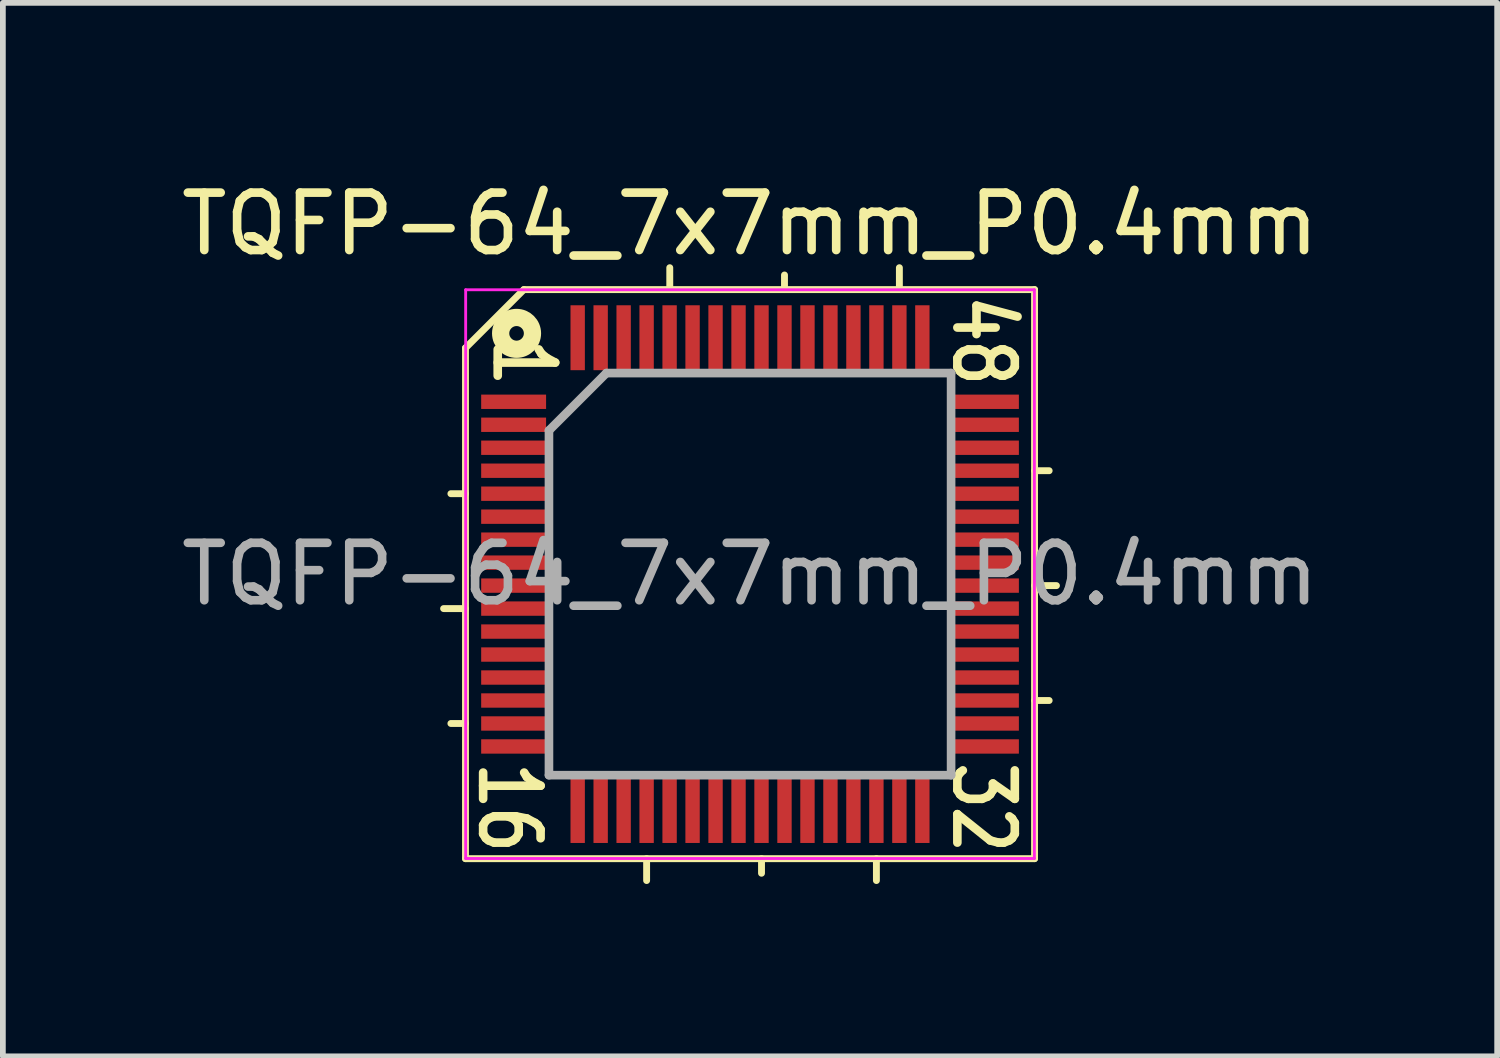
<source format=kicad_pcb>
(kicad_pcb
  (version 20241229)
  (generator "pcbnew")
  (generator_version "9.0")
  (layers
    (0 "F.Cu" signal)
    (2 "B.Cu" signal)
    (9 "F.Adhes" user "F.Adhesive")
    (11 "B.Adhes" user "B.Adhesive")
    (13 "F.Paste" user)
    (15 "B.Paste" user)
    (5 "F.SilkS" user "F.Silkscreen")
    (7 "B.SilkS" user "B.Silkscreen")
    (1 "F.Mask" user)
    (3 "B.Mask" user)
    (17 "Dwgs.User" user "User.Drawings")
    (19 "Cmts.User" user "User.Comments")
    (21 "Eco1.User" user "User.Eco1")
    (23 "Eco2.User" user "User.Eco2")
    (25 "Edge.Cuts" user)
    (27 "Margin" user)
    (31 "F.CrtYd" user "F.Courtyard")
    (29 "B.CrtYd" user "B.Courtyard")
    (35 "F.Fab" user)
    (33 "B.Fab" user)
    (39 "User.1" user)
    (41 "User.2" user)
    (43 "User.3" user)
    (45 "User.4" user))
  (footprint "TQFP-64_7x7mm_P0.4mm"
    (layer "F.Cu")
    (at 10.006 6.944)
    (property "Reference" "TQFP-64_7x7mm_P0.4mm" (at 0 -6.096 0) (layer "F.SilkS") (effects (font (size 1 1) (thickness 0.15))))
    (attr smd)
    (fp_line (start -4.953 -3.937) (end -4.953 4.953) (stroke (width 0.12) (type solid)) (layer "F.SilkS"))
    (fp_line (start -4.953 -1.4) (end -5.207 -1.4) (stroke (width 0.12) (type solid)) (layer "F.SilkS"))
    (fp_line (start -4.953 0.6) (end -5.334 0.6) (stroke (width 0.12) (type solid)) (layer "F.SilkS"))
    (fp_line (start -4.953 2.6) (end -5.207 2.6) (stroke (width 0.12) (type solid)) (layer "F.SilkS"))
    (fp_line (start -4.953 4.953) (end 4.953 4.953) (stroke (width 0.12) (type solid)) (layer "F.SilkS"))
    (fp_line (start -3.937 -4.953) (end -4.953 -3.937) (stroke (width 0.12) (type solid)) (layer "F.SilkS"))
    (fp_line (start -1.8 5.334) (end -1.8 4.953) (stroke (width 0.12) (type solid)) (layer "F.SilkS"))
    (fp_line (start -1.397 -4.953) (end -1.397 -5.334) (stroke (width 0.12) (type solid)) (layer "F.SilkS"))
    (fp_line (start 0.2 4.953) (end 0.2 5.207) (stroke (width 0.12) (type solid)) (layer "F.SilkS"))
    (fp_line (start 0.6 -4.953) (end 0.6 -5.207) (stroke (width 0.12) (type solid)) (layer "F.SilkS"))
    (fp_line (start 2.2 4.953) (end 2.2 5.334) (stroke (width 0.12) (type solid)) (layer "F.SilkS"))
    (fp_line (start 2.6 -4.953) (end 2.6 -5.334) (stroke (width 0.12) (type solid)) (layer "F.SilkS"))
    (fp_line (start 4.953 -4.953) (end -3.937 -4.953) (stroke (width 0.12) (type solid)) (layer "F.SilkS"))
    (fp_line (start 4.953 -1.8) (end 5.207 -1.8) (stroke (width 0.12) (type solid)) (layer "F.SilkS"))
    (fp_line (start 4.953 0.2) (end 5.334 0.2) (stroke (width 0.12) (type solid)) (layer "F.SilkS"))
    (fp_line (start 4.953 2.2) (end 5.207 2.2) (stroke (width 0.12) (type solid)) (layer "F.SilkS"))
    (fp_line (start 4.953 4.953) (end 4.953 -4.953) (stroke (width 0.12) (type solid)) (layer "F.SilkS"))
    (fp_circle (center -4.064 -4.191) (end -3.937 -4.191) (stroke (width 0.3) (type solid)) (fill no) (layer "F.SilkS"))
    (fp_line (start -4.95 -4.95) (end -4.95 4.95) (stroke (width 0.05) (type solid)) (layer "F.CrtYd"))
    (fp_line (start -4.95 -4.95) (end 4.95 -4.95) (stroke (width 0.05) (type solid)) (layer "F.CrtYd"))
    (fp_line (start -4.95 4.95) (end 4.95 4.95) (stroke (width 0.05) (type solid)) (layer "F.CrtYd"))
    (fp_line (start 4.95 -4.95) (end 4.95 4.95) (stroke (width 0.05) (type solid)) (layer "F.CrtYd"))
    (fp_line (start -3.5 -2.5) (end -2.5 -3.5) (stroke (width 0.15) (type solid)) (layer "F.Fab"))
    (fp_line (start -3.5 3.5) (end -3.5 -2.5) (stroke (width 0.15) (type solid)) (layer "F.Fab"))
    (fp_line (start -2.5 -3.5) (end 3.5 -3.5) (stroke (width 0.15) (type solid)) (layer "F.Fab"))
    (fp_line (start 3.5 -3.5) (end 3.5 3.5) (stroke (width 0.15) (type solid)) (layer "F.Fab"))
    (fp_line (start 3.5 3.5) (end -3.5 3.5) (stroke (width 0.15) (type solid)) (layer "F.Fab"))
    (fp_text user "1" (at -3.937 -3.683 270) (unlocked yes) (layer "F.SilkS") (effects (font (size 1 0.8) (thickness 0.15))))
    (fp_text user "16" (at -4.191 4.064 270) (unlocked yes) (layer "F.SilkS") (effects (font (size 1 0.8) (thickness 0.15))))
    (fp_text user "48" (at 4.064 -4.064 270) (unlocked yes) (layer "F.SilkS") (effects (font (size 1 0.8) (thickness 0.15))))
    (fp_text user "32" (at 4.064 4.064 270) (unlocked yes) (layer "F.SilkS") (effects (font (size 1 0.8) (thickness 0.15))))
    (fp_text user "${REFERENCE}" (at 0 0 0) (layer "F.Fab") (effects (font (size 1 1) (thickness 0.15))))
    (pad "1" smd rect (at -4.115 -3) (size 1.13 0.25) (layers "F.Cu" "F.Mask" "F.Paste"))
    (pad "2" smd rect (at -4.115 -2.6) (size 1.13 0.25) (layers "F.Cu" "F.Mask" "F.Paste"))
    (pad "3" smd rect (at -4.115 -2.2) (size 1.13 0.25) (layers "F.Cu" "F.Mask" "F.Paste"))
    (pad "4" smd rect (at -4.115 -1.8) (size 1.13 0.25) (layers "F.Cu" "F.Mask" "F.Paste"))
    (pad "5" smd rect (at -4.115 -1.4) (size 1.13 0.25) (layers "F.Cu" "F.Mask" "F.Paste"))
    (pad "6" smd rect (at -4.115 -1) (size 1.13 0.25) (layers "F.Cu" "F.Mask" "F.Paste"))
    (pad "7" smd rect (at -4.115 -0.6) (size 1.13 0.25) (layers "F.Cu" "F.Mask" "F.Paste"))
    (pad "8" smd rect (at -4.115 -0.2) (size 1.13 0.25) (layers "F.Cu" "F.Mask" "F.Paste"))
    (pad "9" smd rect (at -4.115 0.2) (size 1.13 0.25) (layers "F.Cu" "F.Mask" "F.Paste"))
    (pad "10" smd rect (at -4.115 0.6) (size 1.13 0.25) (layers "F.Cu" "F.Mask" "F.Paste"))
    (pad "11" smd rect (at -4.115 1) (size 1.13 0.25) (layers "F.Cu" "F.Mask" "F.Paste"))
    (pad "12" smd rect (at -4.115 1.4) (size 1.13 0.25) (layers "F.Cu" "F.Mask" "F.Paste"))
    (pad "13" smd rect (at -4.115 1.8) (size 1.13 0.25) (layers "F.Cu" "F.Mask" "F.Paste"))
    (pad "14" smd rect (at -4.115 2.2) (size 1.13 0.25) (layers "F.Cu" "F.Mask" "F.Paste"))
    (pad "15" smd rect (at -4.115 2.6) (size 1.13 0.25) (layers "F.Cu" "F.Mask" "F.Paste"))
    (pad "16" smd rect (at -4.115 3) (size 1.13 0.25) (layers "F.Cu" "F.Mask" "F.Paste"))
    (pad "17" smd rect (at -3 4.115 90) (size 1.13 0.25) (layers "F.Cu" "F.Mask" "F.Paste"))
    (pad "18" smd rect (at -2.6 4.115 90) (size 1.13 0.25) (layers "F.Cu" "F.Mask" "F.Paste"))
    (pad "19" smd rect (at -2.2 4.115 90) (size 1.13 0.25) (layers "F.Cu" "F.Mask" "F.Paste"))
    (pad "20" smd rect (at -1.8 4.115 90) (size 1.13 0.25) (layers "F.Cu" "F.Mask" "F.Paste"))
    (pad "21" smd rect (at -1.4 4.115 90) (size 1.13 0.25) (layers "F.Cu" "F.Mask" "F.Paste"))
    (pad "22" smd rect (at -1 4.115 90) (size 1.13 0.25) (layers "F.Cu" "F.Mask" "F.Paste"))
    (pad "23" smd rect (at -0.6 4.115 90) (size 1.13 0.25) (layers "F.Cu" "F.Mask" "F.Paste"))
    (pad "24" smd rect (at -0.2 4.115 90) (size 1.13 0.25) (layers "F.Cu" "F.Mask" "F.Paste"))
    (pad "25" smd rect (at 0.2 4.115 90) (size 1.13 0.25) (layers "F.Cu" "F.Mask" "F.Paste"))
    (pad "26" smd rect (at 0.6 4.115 90) (size 1.13 0.25) (layers "F.Cu" "F.Mask" "F.Paste"))
    (pad "27" smd rect (at 1 4.115 90) (size 1.13 0.25) (layers "F.Cu" "F.Mask" "F.Paste"))
    (pad "28" smd rect (at 1.4 4.115 90) (size 1.13 0.25) (layers "F.Cu" "F.Mask" "F.Paste"))
    (pad "29" smd rect (at 1.8 4.115 90) (size 1.13 0.25) (layers "F.Cu" "F.Mask" "F.Paste"))
    (pad "30" smd rect (at 2.2 4.115 90) (size 1.13 0.25) (layers "F.Cu" "F.Mask" "F.Paste"))
    (pad "31" smd rect (at 2.6 4.115 90) (size 1.13 0.25) (layers "F.Cu" "F.Mask" "F.Paste"))
    (pad "32" smd rect (at 3 4.115 90) (size 1.13 0.25) (layers "F.Cu" "F.Mask" "F.Paste"))
    (pad "33" smd rect (at 4.115 3) (size 1.13 0.25) (layers "F.Cu" "F.Mask" "F.Paste"))
    (pad "34" smd rect (at 4.115 2.6) (size 1.13 0.25) (layers "F.Cu" "F.Mask" "F.Paste"))
    (pad "35" smd rect (at 4.115 2.2) (size 1.13 0.25) (layers "F.Cu" "F.Mask" "F.Paste"))
    (pad "36" smd rect (at 4.115 1.8) (size 1.13 0.25) (layers "F.Cu" "F.Mask" "F.Paste"))
    (pad "37" smd rect (at 4.115 1.4) (size 1.13 0.25) (layers "F.Cu" "F.Mask" "F.Paste"))
    (pad "38" smd rect (at 4.115 1) (size 1.13 0.25) (layers "F.Cu" "F.Mask" "F.Paste"))
    (pad "39" smd rect (at 4.115 0.6) (size 1.13 0.25) (layers "F.Cu" "F.Mask" "F.Paste"))
    (pad "40" smd rect (at 4.115 0.2) (size 1.13 0.25) (layers "F.Cu" "F.Mask" "F.Paste"))
    (pad "41" smd rect (at 4.115 -0.2) (size 1.13 0.25) (layers "F.Cu" "F.Mask" "F.Paste"))
    (pad "42" smd rect (at 4.115 -0.6) (size 1.13 0.25) (layers "F.Cu" "F.Mask" "F.Paste"))
    (pad "43" smd rect (at 4.115 -1) (size 1.13 0.25) (layers "F.Cu" "F.Mask" "F.Paste"))
    (pad "44" smd rect (at 4.115 -1.4) (size 1.13 0.25) (layers "F.Cu" "F.Mask" "F.Paste"))
    (pad "45" smd rect (at 4.115 -1.8) (size 1.13 0.25) (layers "F.Cu" "F.Mask" "F.Paste"))
    (pad "46" smd rect (at 4.115 -2.2) (size 1.13 0.25) (layers "F.Cu" "F.Mask" "F.Paste"))
    (pad "47" smd rect (at 4.115 -2.6) (size 1.13 0.25) (layers "F.Cu" "F.Mask" "F.Paste"))
    (pad "48" smd rect (at 4.115 -3) (size 1.13 0.25) (layers "F.Cu" "F.Mask" "F.Paste"))
    (pad "49" smd rect (at 3 -4.115 90) (size 1.13 0.25) (layers "F.Cu" "F.Mask" "F.Paste"))
    (pad "50" smd rect (at 2.6 -4.115 90) (size 1.13 0.25) (layers "F.Cu" "F.Mask" "F.Paste"))
    (pad "51" smd rect (at 2.2 -4.115 90) (size 1.13 0.25) (layers "F.Cu" "F.Mask" "F.Paste"))
    (pad "52" smd rect (at 1.8 -4.115 90) (size 1.13 0.25) (layers "F.Cu" "F.Mask" "F.Paste"))
    (pad "53" smd rect (at 1.4 -4.115 90) (size 1.13 0.25) (layers "F.Cu" "F.Mask" "F.Paste"))
    (pad "54" smd rect (at 1 -4.115 90) (size 1.13 0.25) (layers "F.Cu" "F.Mask" "F.Paste"))
    (pad "55" smd rect (at 0.6 -4.115 90) (size 1.13 0.25) (layers "F.Cu" "F.Mask" "F.Paste"))
    (pad "56" smd rect (at 0.2 -4.115 90) (size 1.13 0.25) (layers "F.Cu" "F.Mask" "F.Paste"))
    (pad "57" smd rect (at -0.2 -4.115 90) (size 1.13 0.25) (layers "F.Cu" "F.Mask" "F.Paste"))
    (pad "58" smd rect (at -0.6 -4.115 90) (size 1.13 0.25) (layers "F.Cu" "F.Mask" "F.Paste"))
    (pad "59" smd rect (at -1 -4.115 90) (size 1.13 0.25) (layers "F.Cu" "F.Mask" "F.Paste"))
    (pad "60" smd rect (at -1.4 -4.115 90) (size 1.13 0.25) (layers "F.Cu" "F.Mask" "F.Paste"))
    (pad "61" smd rect (at -1.8 -4.115 90) (size 1.13 0.25) (layers "F.Cu" "F.Mask" "F.Paste"))
    (pad "62" smd rect (at -2.2 -4.115 90) (size 1.13 0.25) (layers "F.Cu" "F.Mask" "F.Paste"))
    (pad "63" smd rect (at -2.6 -4.115 90) (size 1.13 0.25) (layers "F.Cu" "F.Mask" "F.Paste"))
    (pad "64" smd rect (at -3 -4.115 90) (size 1.13 0.25) (layers "F.Cu" "F.Mask" "F.Paste")))
  (gr_rect
    (start -3 -3)
    (end 23.012 15.338)
    (stroke (width 0.1) (type default))
    (fill no)
    (layer "Edge.Cuts")))
</source>
